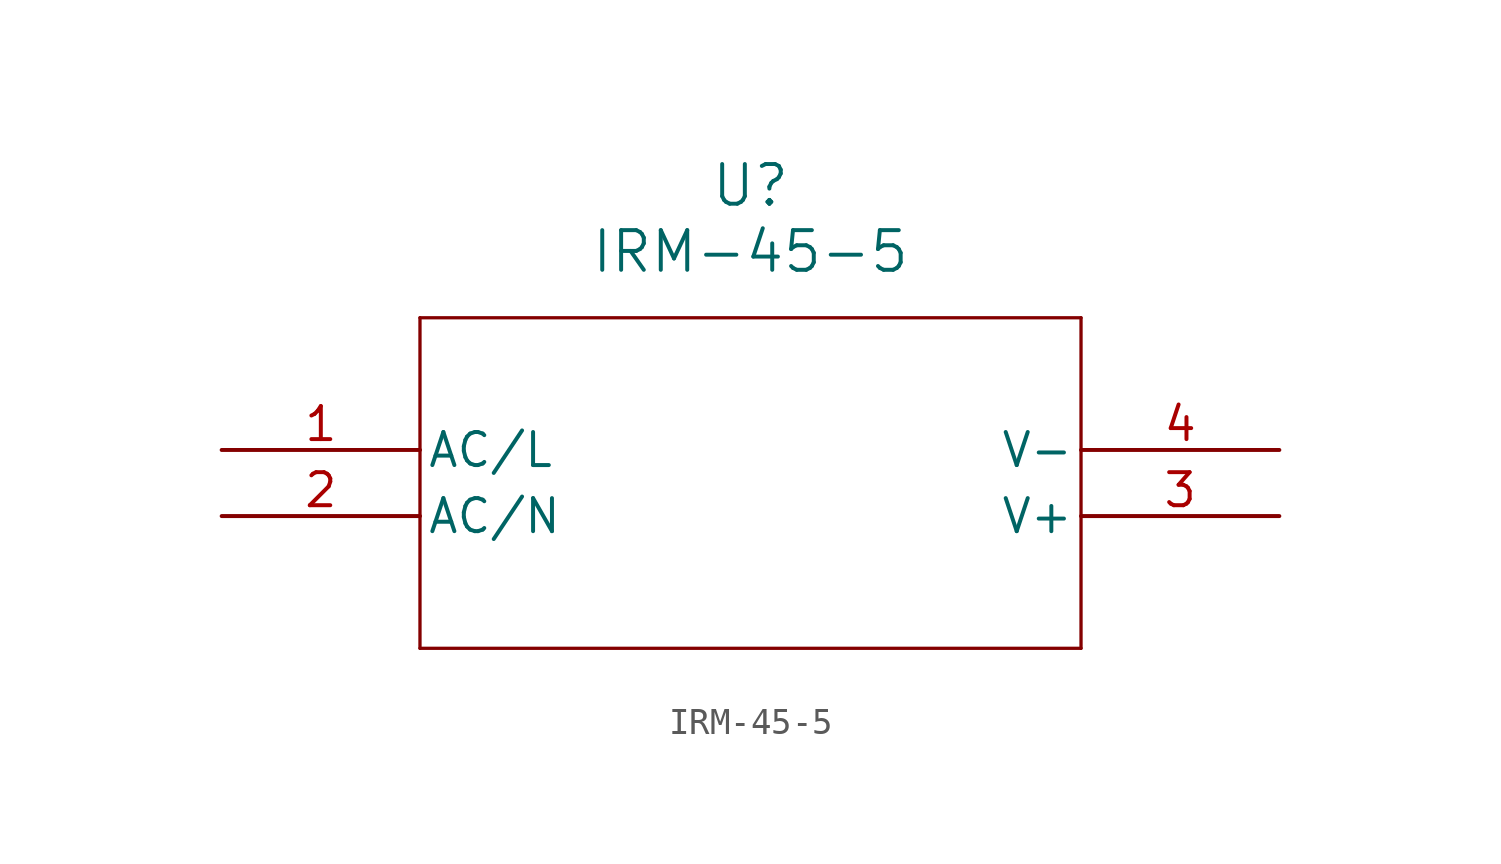
<source format=kicad_sym>
(kicad_symbol_lib
  (version 20211014)
  (generator kicad_symbol_editor)
  (symbol "IRM-45-5"
    (pin_names
      (offset 0.254))
    (property "Reference" "U"
      (at 20.32 10.16 0)
      (effects (font (size 1.524 1.524))))
    (property "Value" "IRM-45-5"
      (at 20.32 7.62 0)
      (effects (font (size 1.524 1.524))))
    (symbol "IRM-45-5_0_1"
      (polyline (pts (xy 7.62 5.08) (xy 7.62 -7.62)) (stroke (width 0.127) (type default) (color 0 0 0 0)) (fill (type none)))
      (polyline (pts (xy 7.62 -7.62) (xy 33.02 -7.62)) (stroke (width 0.127) (type default) (color 0 0 0 0)) (fill (type none)))
      (polyline (pts (xy 33.02 -7.62) (xy 33.02 5.08)) (stroke (width 0.127) (type default) (color 0 0 0 0)) (fill (type none)))
      (polyline (pts (xy 33.02 5.08) (xy 7.62 5.08)) (stroke (width 0.127) (type default) (color 0 0 0 0)) (fill (type none)))
      (pin unspecified line (at 0 0 0) (length 7.62) (name "AC/L" (effects (font (size 1.27 1.27)))) (number "1" (effects (font (size 1.27 1.27)))))
      (pin unspecified line (at 0 -2.54 0) (length 7.62) (name "AC/N" (effects (font (size 1.27 1.27)))) (number "2" (effects (font (size 1.27 1.27)))))
      (pin power_in line (at 40.64 -2.54 180) (length 7.62) (name "V+" (effects (font (size 1.27 1.27)))) (number "3" (effects (font (size 1.27 1.27)))))
      (pin power_in line (at 40.64 0 180) (length 7.62) (name "V-" (effects (font (size 1.27 1.27)))) (number "4" (effects (font (size 1.27 1.27))))))))
</source>
